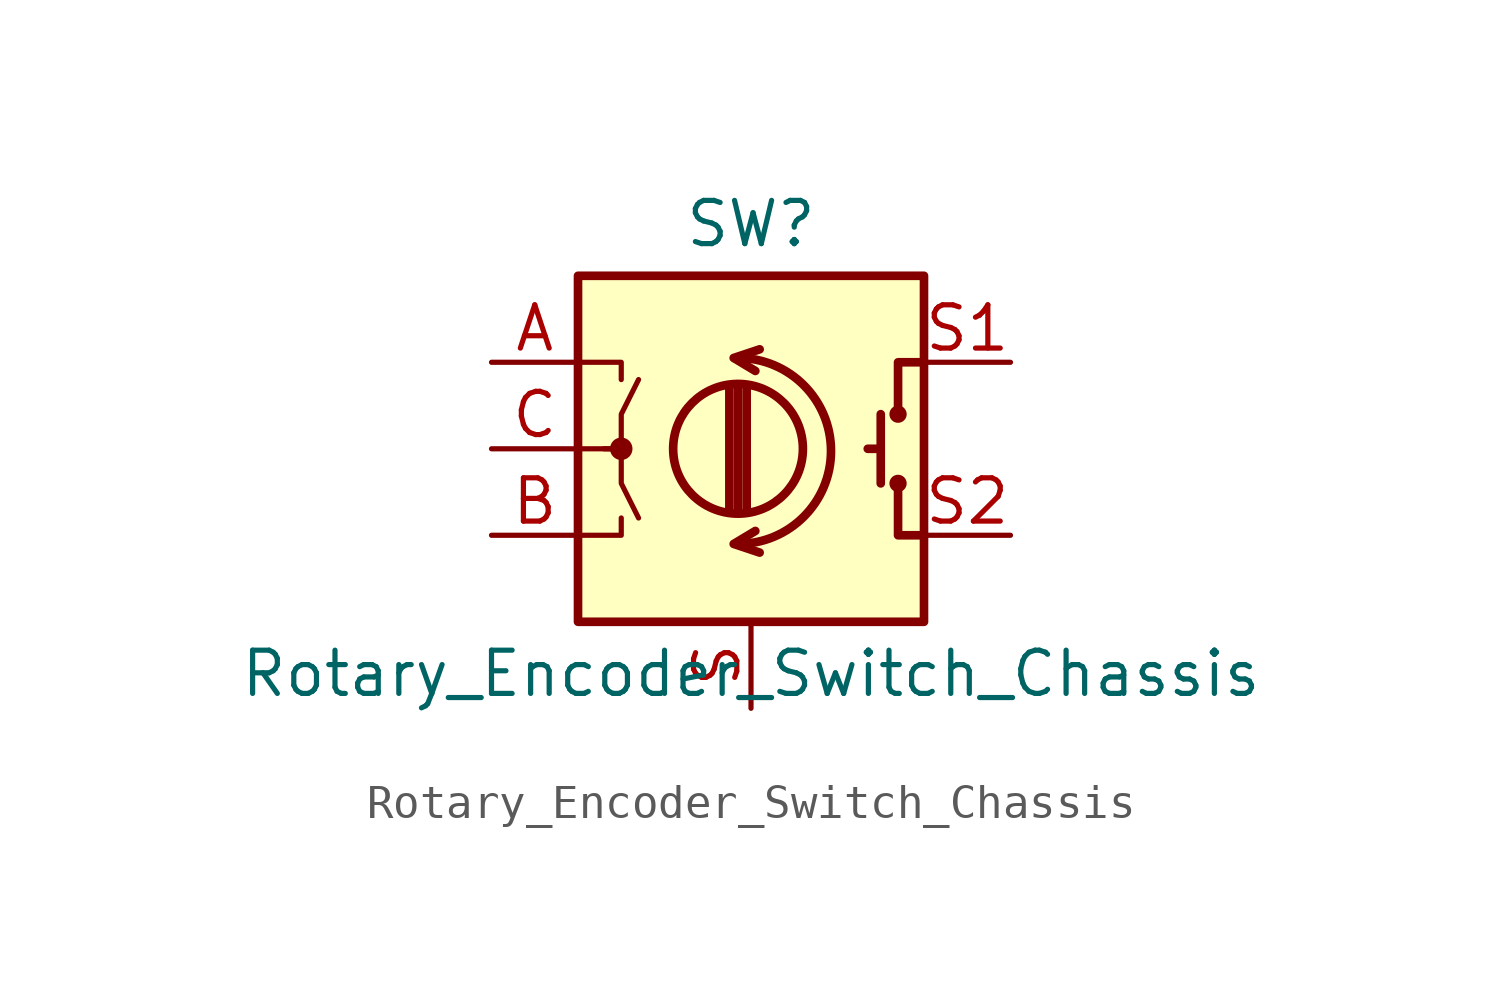
<source format=kicad_sym>
(kicad_symbol_lib
  (version 20211014)
  (generator kicad_symbol_editor)
  (symbol "acheron_Symbols:Rotary_Encoder_Switch_Chassis"
    (pin_names
      (offset 0.254) hide)
    (property "Reference" "SW"
      (at 0 6.604 0)
      (effects (font (size 1.27 1.27))))
    (property "Value" "Rotary_Encoder_Switch_Chassis"
      (at 0 -6.604 0)
      (effects (font (size 1.27 1.27))))
    (symbol "Rotary_Encoder_Switch_Chassis_0_1"
      (rectangle (start -5.08 5.08) (end 5.08 -5.08) (stroke (width 0.254) (type default) (color 0 0 0 0)) (fill (type background)))
      (circle (center -3.81 0) (radius 0.254) (stroke (width 0) (type default) (color 0 0 0 0)) (fill (type outline)))
      (arc (start -0.381 -2.794) (mid 2.3622 -0.0508) (end -0.381 2.667) (stroke (width 0.254) (type default) (color 0 0 0 0)) (fill (type none)))
      (circle (center -0.381 0) (radius 1.905) (stroke (width 0.254) (type default) (color 0 0 0 0)) (fill (type none)))
      (polyline (pts (xy -0.635 -1.778) (xy -0.635 1.778)) (stroke (width 0.254) (type default) (color 0 0 0 0)) (fill (type none)))
      (polyline (pts (xy -0.381 -1.778) (xy -0.381 1.778)) (stroke (width 0.254) (type default) (color 0 0 0 0)) (fill (type none)))
      (polyline (pts (xy -0.127 1.778) (xy -0.127 -1.778)) (stroke (width 0.254) (type default) (color 0 0 0 0)) (fill (type none)))
      (polyline (pts (xy 3.81 0) (xy 3.429 0)) (stroke (width 0.254) (type default) (color 0 0 0 0)) (fill (type none)))
      (polyline (pts (xy 3.81 1.016) (xy 3.81 -1.016)) (stroke (width 0.254) (type default) (color 0 0 0 0)) (fill (type none)))
      (polyline (pts (xy -5.08 -2.54) (xy -3.81 -2.54) (xy -3.81 -2.032)) (stroke (width 0) (type default) (color 0 0 0 0)) (fill (type none)))
      (polyline (pts (xy -5.08 2.54) (xy -3.81 2.54) (xy -3.81 2.032)) (stroke (width 0) (type default) (color 0 0 0 0)) (fill (type none)))
      (polyline (pts (xy 0.254 -3.048) (xy -0.508 -2.794) (xy 0.127 -2.413)) (stroke (width 0.254) (type default) (color 0 0 0 0)) (fill (type none)))
      (polyline (pts (xy 0.254 2.921) (xy -0.508 2.667) (xy 0.127 2.286)) (stroke (width 0.254) (type default) (color 0 0 0 0)) (fill (type none)))
      (polyline (pts (xy 5.08 -2.54) (xy 4.318 -2.54) (xy 4.318 -1.016)) (stroke (width 0.254) (type default) (color 0 0 0 0)) (fill (type none)))
      (polyline (pts (xy 5.08 2.54) (xy 4.318 2.54) (xy 4.318 1.016)) (stroke (width 0.254) (type default) (color 0 0 0 0)) (fill (type none)))
      (polyline (pts (xy -5.08 0) (xy -3.81 0) (xy -3.81 -1.016) (xy -3.302 -2.032)) (stroke (width 0) (type default) (color 0 0 0 0)) (fill (type none)))
      (polyline (pts (xy -4.318 0) (xy -3.81 0) (xy -3.81 1.016) (xy -3.302 2.032)) (stroke (width 0) (type default) (color 0 0 0 0)) (fill (type none)))
      (circle (center 4.318 -1.016) (radius 0.127) (stroke (width 0.254) (type default) (color 0 0 0 0)) (fill (type none)))
      (circle (center 4.318 1.016) (radius 0.127) (stroke (width 0.254) (type default) (color 0 0 0 0)) (fill (type none))))
    (symbol "Rotary_Encoder_Switch_Chassis_1_1"
      (pin passive line (at -7.62 2.54 0) (length 2.54) (name "A" (effects (font (size 1.27 1.27)))) (number "A" (effects (font (size 1.27 1.27)))))
      (pin passive line (at -7.62 -2.54 0) (length 2.54) (name "B" (effects (font (size 1.27 1.27)))) (number "B" (effects (font (size 1.27 1.27)))))
      (pin passive line (at -7.62 0 0) (length 2.54) (name "C" (effects (font (size 1.27 1.27)))) (number "C" (effects (font (size 1.27 1.27)))))
      (pin bidirectional line (at 0 -7.62 90) (length 2.54) (name "Shield" (effects (font (size 1.27 1.27)))) (number "S" (effects (font (size 1.27 1.27)))))
      (pin passive line (at 7.62 2.54 180) (length 2.54) (name "S1" (effects (font (size 1.27 1.27)))) (number "S1" (effects (font (size 1.27 1.27)))))
      (pin passive line (at 7.62 -2.54 180) (length 2.54) (name "S2" (effects (font (size 1.27 1.27)))) (number "S2" (effects (font (size 1.27 1.27))))))))
</source>
